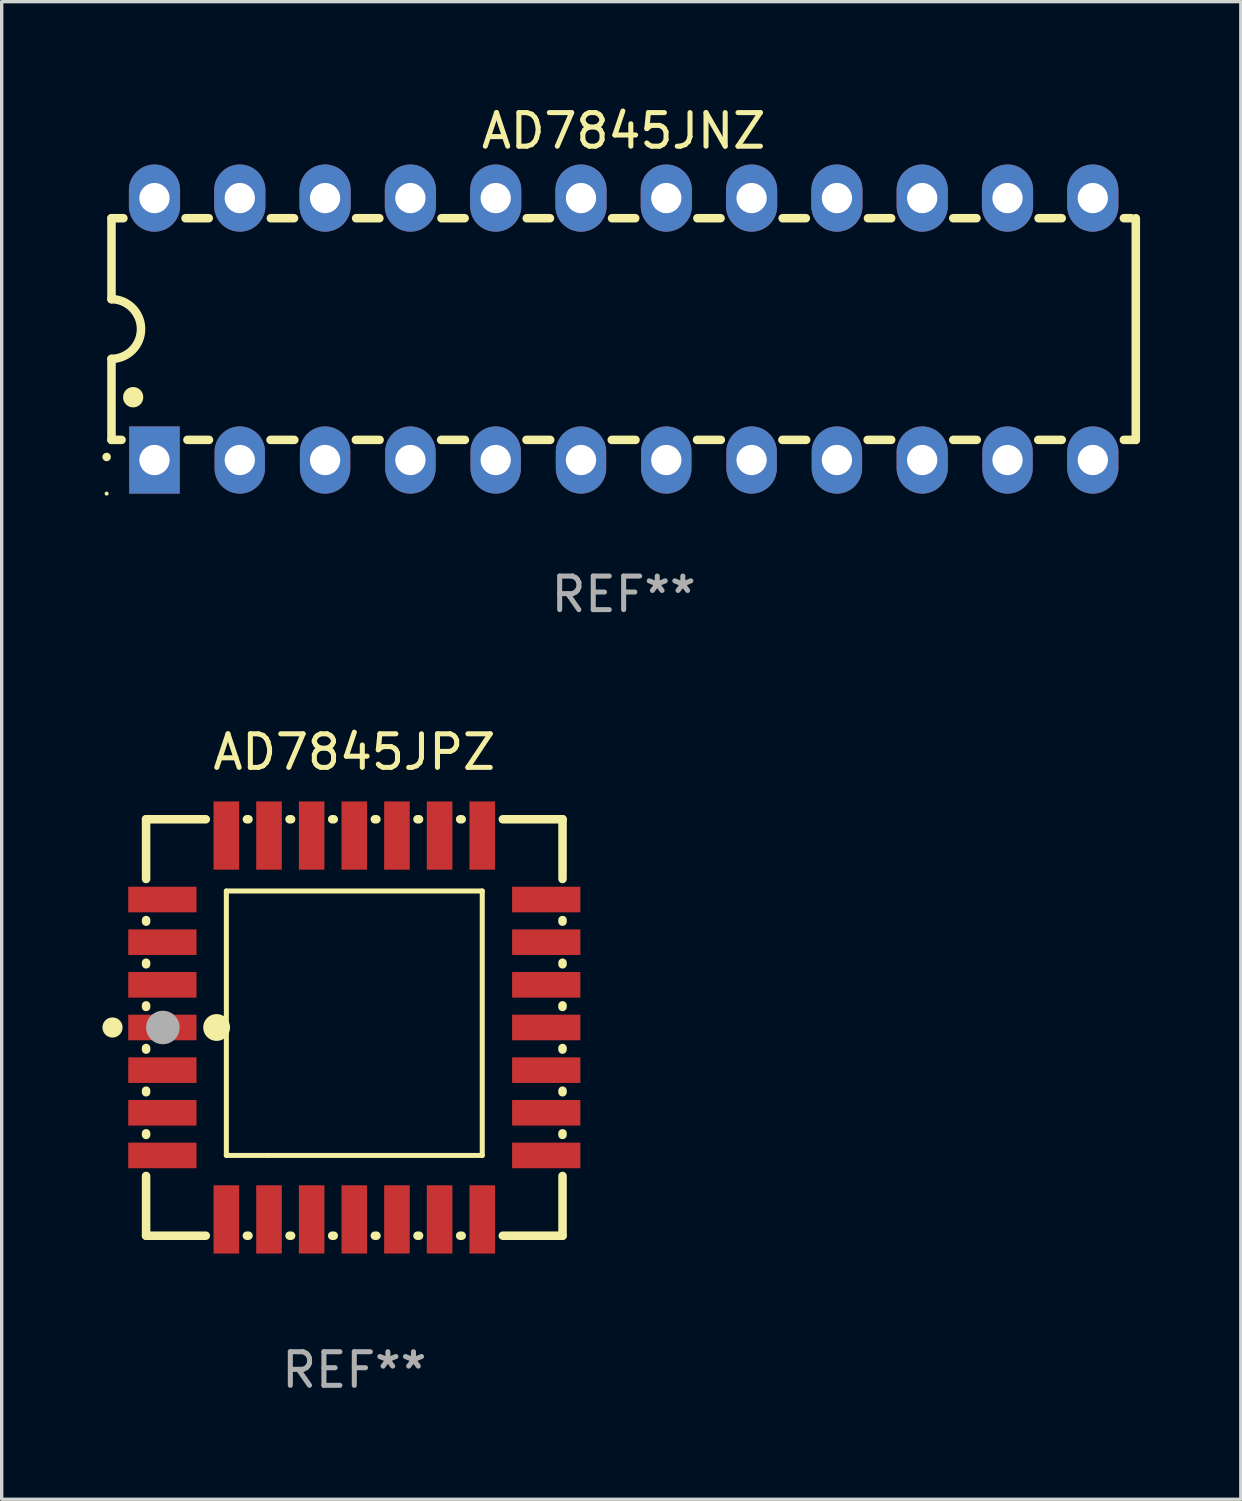
<source format=kicad_pcb>
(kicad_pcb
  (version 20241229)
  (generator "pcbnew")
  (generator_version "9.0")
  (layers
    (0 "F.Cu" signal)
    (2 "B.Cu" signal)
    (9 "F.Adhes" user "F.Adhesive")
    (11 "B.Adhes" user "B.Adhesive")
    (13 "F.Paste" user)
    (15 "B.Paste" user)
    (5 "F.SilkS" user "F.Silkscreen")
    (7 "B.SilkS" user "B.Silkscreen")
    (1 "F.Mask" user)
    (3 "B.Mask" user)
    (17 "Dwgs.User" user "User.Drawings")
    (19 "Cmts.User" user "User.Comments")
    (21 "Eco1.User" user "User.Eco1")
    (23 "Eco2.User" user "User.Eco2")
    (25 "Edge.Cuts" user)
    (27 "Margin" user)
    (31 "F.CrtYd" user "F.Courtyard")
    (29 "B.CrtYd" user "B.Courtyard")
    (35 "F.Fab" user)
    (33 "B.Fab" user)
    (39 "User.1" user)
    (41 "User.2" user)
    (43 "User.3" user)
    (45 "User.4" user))
  (footprint "AD7845JPZ"
    (layer "F.Cu")
    (at 7.5 27.545)
    (property "Reference" "AD7845JPZ" (at 0 -8.2 0) (layer "F.SilkS") (effects (font (size 1 1) (thickness 0.15))))
    (attr through_hole)
    (fp_line (start -6.2 -6.2) (end -4.422 -6.2) (stroke (width 0.254) (type solid)) (layer "F.SilkS"))
    (fp_line (start -6.2 -4.422) (end -6.2 -6.2) (stroke (width 0.254) (type solid)) (layer "F.SilkS"))
    (fp_line (start -6.2 -3.152) (end -6.2 -3.198) (stroke (width 0.254) (type solid)) (layer "F.SilkS"))
    (fp_line (start -6.2 -1.882) (end -6.2 -1.928) (stroke (width 0.254) (type solid)) (layer "F.SilkS"))
    (fp_line (start -6.2 -0.612) (end -6.2 -0.658) (stroke (width 0.254) (type solid)) (layer "F.SilkS"))
    (fp_line (start -6.2 0.658) (end -6.2 0.612) (stroke (width 0.254) (type solid)) (layer "F.SilkS"))
    (fp_line (start -6.2 1.928) (end -6.2 1.882) (stroke (width 0.254) (type solid)) (layer "F.SilkS"))
    (fp_line (start -6.2 3.198) (end -6.2 3.152) (stroke (width 0.254) (type solid)) (layer "F.SilkS"))
    (fp_line (start -6.2 6.2) (end -6.2 4.422) (stroke (width 0.254) (type solid)) (layer "F.SilkS"))
    (fp_line (start -4.422 6.2) (end -6.2 6.2) (stroke (width 0.254) (type solid)) (layer "F.SilkS"))
    (fp_line (start -3.81 -4.064) (end 3.81 -4.064) (stroke (width 0.15) (type solid)) (layer "F.SilkS"))
    (fp_line (start -3.81 3.81) (end -3.81 -4.064) (stroke (width 0.15) (type solid)) (layer "F.SilkS"))
    (fp_line (start -3.198 -6.2) (end -3.152 -6.2) (stroke (width 0.254) (type solid)) (layer "F.SilkS"))
    (fp_line (start -3.152 6.2) (end -3.198 6.2) (stroke (width 0.254) (type solid)) (layer "F.SilkS"))
    (fp_line (start -2.54 3.81) (end -3.81 3.81) (stroke (width 0.15) (type solid)) (layer "F.SilkS"))
    (fp_line (start -1.928 -6.2) (end -1.882 -6.2) (stroke (width 0.254) (type solid)) (layer "F.SilkS"))
    (fp_line (start -1.882 6.2) (end -1.928 6.2) (stroke (width 0.254) (type solid)) (layer "F.SilkS"))
    (fp_line (start -0.658 -6.2) (end -0.612 -6.2) (stroke (width 0.254) (type solid)) (layer "F.SilkS"))
    (fp_line (start -0.612 6.2) (end -0.658 6.2) (stroke (width 0.254) (type solid)) (layer "F.SilkS"))
    (fp_line (start 0.612 -6.2) (end 0.658 -6.2) (stroke (width 0.254) (type solid)) (layer "F.SilkS"))
    (fp_line (start 0.658 6.2) (end 0.612 6.2) (stroke (width 0.254) (type solid)) (layer "F.SilkS"))
    (fp_line (start 1.882 -6.2) (end 1.928 -6.2) (stroke (width 0.254) (type solid)) (layer "F.SilkS"))
    (fp_line (start 1.928 6.2) (end 1.882 6.2) (stroke (width 0.254) (type solid)) (layer "F.SilkS"))
    (fp_line (start 3.152 -6.2) (end 3.198 -6.2) (stroke (width 0.254) (type solid)) (layer "F.SilkS"))
    (fp_line (start 3.198 6.2) (end 3.152 6.2) (stroke (width 0.254) (type solid)) (layer "F.SilkS"))
    (fp_line (start 3.81 -4.064) (end 3.81 3.81) (stroke (width 0.15) (type solid)) (layer "F.SilkS"))
    (fp_line (start 3.81 3.81) (end -2.54 3.81) (stroke (width 0.15) (type solid)) (layer "F.SilkS"))
    (fp_line (start 4.422 -6.2) (end 6.2 -6.2) (stroke (width 0.254) (type solid)) (layer "F.SilkS"))
    (fp_line (start 6.2 -6.2) (end 6.2 -4.422) (stroke (width 0.254) (type solid)) (layer "F.SilkS"))
    (fp_line (start 6.2 -3.198) (end 6.2 -3.152) (stroke (width 0.254) (type solid)) (layer "F.SilkS"))
    (fp_line (start 6.2 -1.928) (end 6.2 -1.882) (stroke (width 0.254) (type solid)) (layer "F.SilkS"))
    (fp_line (start 6.2 -0.658) (end 6.2 -0.612) (stroke (width 0.254) (type solid)) (layer "F.SilkS"))
    (fp_line (start 6.2 0.612) (end 6.2 0.658) (stroke (width 0.254) (type solid)) (layer "F.SilkS"))
    (fp_line (start 6.2 1.882) (end 6.2 1.928) (stroke (width 0.254) (type solid)) (layer "F.SilkS"))
    (fp_line (start 6.2 3.152) (end 6.2 3.198) (stroke (width 0.254) (type solid)) (layer "F.SilkS"))
    (fp_line (start 6.2 4.422) (end 6.2 6.2) (stroke (width 0.254) (type solid)) (layer "F.SilkS"))
    (fp_line (start 6.2 6.2) (end 4.422 6.2) (stroke (width 0.254) (type solid)) (layer "F.SilkS"))
    (fp_circle (center -7.2 0) (end -7.05 0) (stroke (width 0.3) (type solid)) (fill no) (layer "F.SilkS"))
    (fp_circle (center -6.223 6.223) (end -6.193 6.223) (stroke (width 0.06) (type solid)) (fill no) (layer "F.SilkS"))
    (fp_circle (center -4.1 0) (end -3.9 0) (stroke (width 0.4) (type solid)) (fill no) (layer "F.SilkS"))
    (fp_circle (center -5.7 0) (end -5.45 0) (stroke (width 0.5) (type solid)) (fill no) (layer "F.Fab"))
    (fp_text user "REF**" (at 0 10.2 0) (layer "F.Fab") (effects (font (size 1 1) (thickness 0.15))))
    (pad "1" smd rect (at -5.715 0) (size 2.032 0.762) (layers "F.Cu" "F.Mask" "F.Paste"))
    (pad "2" smd rect (at -5.715 1.27) (size 2.032 0.762) (layers "F.Cu" "F.Mask" "F.Paste"))
    (pad "3" smd rect (at -5.715 2.54) (size 2.032 0.762) (layers "F.Cu" "F.Mask" "F.Paste"))
    (pad "4" smd rect (at -5.715 3.81) (size 2.032 0.762) (layers "F.Cu" "F.Mask" "F.Paste"))
    (pad "5" smd rect (at -3.81 5.715) (size 0.762 2.032) (layers "F.Cu" "F.Mask" "F.Paste"))
    (pad "6" smd rect (at -2.54 5.715) (size 0.762 2.032) (layers "F.Cu" "F.Mask" "F.Paste"))
    (pad "7" smd rect (at -1.27 5.715) (size 0.762 2.032) (layers "F.Cu" "F.Mask" "F.Paste"))
    (pad "8" smd rect (at 0 5.715) (size 0.762 2.032) (layers "F.Cu" "F.Mask" "F.Paste"))
    (pad "9" smd rect (at 1.27 5.715) (size 0.762 2.032) (layers "F.Cu" "F.Mask" "F.Paste"))
    (pad "10" smd rect (at 2.54 5.715) (size 0.762 2.032) (layers "F.Cu" "F.Mask" "F.Paste"))
    (pad "11" smd rect (at 3.81 5.715) (size 0.762 2.032) (layers "F.Cu" "F.Mask" "F.Paste"))
    (pad "12" smd rect (at 5.715 3.81) (size 2.032 0.762) (layers "F.Cu" "F.Mask" "F.Paste"))
    (pad "13" smd rect (at 5.715 2.54) (size 2.032 0.762) (layers "F.Cu" "F.Mask" "F.Paste"))
    (pad "14" smd rect (at 5.715 1.27) (size 2.032 0.762) (layers "F.Cu" "F.Mask" "F.Paste"))
    (pad "15" smd rect (at 5.715 0) (size 2.032 0.762) (layers "F.Cu" "F.Mask" "F.Paste"))
    (pad "16" smd rect (at 5.715 -1.27) (size 2.032 0.762) (layers "F.Cu" "F.Mask" "F.Paste"))
    (pad "17" smd rect (at 5.715 -2.54) (size 2.032 0.762) (layers "F.Cu" "F.Mask" "F.Paste"))
    (pad "18" smd rect (at 5.715 -3.81) (size 2.032 0.762) (layers "F.Cu" "F.Mask" "F.Paste"))
    (pad "19" smd rect (at 3.81 -5.715) (size 0.762 2.032) (layers "F.Cu" "F.Mask" "F.Paste"))
    (pad "20" smd rect (at 2.54 -5.715) (size 0.762 2.032) (layers "F.Cu" "F.Mask" "F.Paste"))
    (pad "21" smd rect (at 1.27 -5.715) (size 0.762 2.032) (layers "F.Cu" "F.Mask" "F.Paste"))
    (pad "22" smd rect (at 0 -5.715) (size 0.762 2.032) (layers "F.Cu" "F.Mask" "F.Paste"))
    (pad "23" smd rect (at -1.27 -5.715) (size 0.762 2.032) (layers "F.Cu" "F.Mask" "F.Paste"))
    (pad "24" smd rect (at -2.54 -5.715) (size 0.762 2.032) (layers "F.Cu" "F.Mask" "F.Paste"))
    (pad "25" smd rect (at -3.81 -5.715) (size 0.762 2.032) (layers "F.Cu" "F.Mask" "F.Paste"))
    (pad "26" smd rect (at -5.715 -3.81) (size 2.032 0.762) (layers "F.Cu" "F.Mask" "F.Paste"))
    (pad "27" smd rect (at -5.715 -2.54) (size 2.032 0.762) (layers "F.Cu" "F.Mask" "F.Paste"))
    (pad "28" smd rect (at -5.715 -1.27) (size 2.032 0.762) (layers "F.Cu" "F.Mask" "F.Paste")))
  (footprint "AD7845JNZ"
    (layer "F.Cu")
    (at 15.52 6.748)
    (property "Reference" "AD7845JNZ" (at 0 -5.9 0) (layer "F.SilkS") (effects (font (size 1 1) (thickness 0.15))))
    (attr through_hole)
    (fp_line (start -15.25 -3.3) (end -15.25 -0.889) (stroke (width 0.254) (type solid)) (layer "F.SilkS"))
    (fp_line (start -15.25 -3.3) (end -14.895 -3.3) (stroke (width 0.254) (type solid)) (layer "F.SilkS"))
    (fp_line (start -15.25 3.3) (end -15.25 0.889) (stroke (width 0.254) (type solid)) (layer "F.SilkS"))
    (fp_line (start -15.25 3.3) (end -14.951 3.3) (stroke (width 0.254) (type solid)) (layer "F.SilkS"))
    (fp_line (start -13.045 -3.3) (end -12.355 -3.3) (stroke (width 0.254) (type solid)) (layer "F.SilkS"))
    (fp_line (start -12.989 3.3) (end -12.347 3.3) (stroke (width 0.254) (type solid)) (layer "F.SilkS"))
    (fp_line (start -10.514 3.3) (end -9.807 3.3) (stroke (width 0.254) (type solid)) (layer "F.SilkS"))
    (fp_line (start -10.505 -3.3) (end -9.815 -3.3) (stroke (width 0.254) (type solid)) (layer "F.SilkS"))
    (fp_line (start -7.974 3.3) (end -7.267 3.3) (stroke (width 0.254) (type solid)) (layer "F.SilkS"))
    (fp_line (start -7.965 -3.3) (end -7.275 -3.3) (stroke (width 0.254) (type solid)) (layer "F.SilkS"))
    (fp_line (start -5.434 3.3) (end -4.727 3.3) (stroke (width 0.254) (type solid)) (layer "F.SilkS"))
    (fp_line (start -5.425 -3.3) (end -4.735 -3.3) (stroke (width 0.254) (type solid)) (layer "F.SilkS"))
    (fp_line (start -2.894 3.3) (end -2.187 3.3) (stroke (width 0.254) (type solid)) (layer "F.SilkS"))
    (fp_line (start -2.885 -3.3) (end -2.195 -3.3) (stroke (width 0.254) (type solid)) (layer "F.SilkS"))
    (fp_line (start -0.354 3.3) (end 0.353 3.3) (stroke (width 0.254) (type solid)) (layer "F.SilkS"))
    (fp_line (start -0.345 -3.3) (end 0.345 -3.3) (stroke (width 0.254) (type solid)) (layer "F.SilkS"))
    (fp_line (start 2.186 3.3) (end 2.893 3.3) (stroke (width 0.254) (type solid)) (layer "F.SilkS"))
    (fp_line (start 2.195 -3.3) (end 2.885 -3.3) (stroke (width 0.254) (type solid)) (layer "F.SilkS"))
    (fp_line (start 4.726 3.3) (end 5.434 3.3) (stroke (width 0.254) (type solid)) (layer "F.SilkS"))
    (fp_line (start 4.735 -3.3) (end 5.425 -3.3) (stroke (width 0.254) (type solid)) (layer "F.SilkS"))
    (fp_line (start 7.266 3.3) (end 7.965 3.3) (stroke (width 0.254) (type solid)) (layer "F.SilkS"))
    (fp_line (start 7.275 -3.3) (end 7.965 -3.3) (stroke (width 0.254) (type solid)) (layer "F.SilkS"))
    (fp_line (start 9.815 -3.3) (end 10.505 -3.3) (stroke (width 0.254) (type solid)) (layer "F.SilkS"))
    (fp_line (start 9.815 3.3) (end 10.514 3.3) (stroke (width 0.254) (type solid)) (layer "F.SilkS"))
    (fp_line (start 12.346 3.3) (end 13.045 3.3) (stroke (width 0.254) (type solid)) (layer "F.SilkS"))
    (fp_line (start 12.355 -3.3) (end 13.045 -3.3) (stroke (width 0.254) (type solid)) (layer "F.SilkS"))
    (fp_line (start 14.895 -3.3) (end 15.113 -3.3) (stroke (width 0.254) (type solid)) (layer "F.SilkS"))
    (fp_line (start 14.895 3.3) (end 15.25 3.3) (stroke (width 0.254) (type solid)) (layer "F.SilkS"))
    (fp_line (start 15.25 -3.3) (end 15.25 3.3) (stroke (width 0.254) (type solid)) (layer "F.SilkS"))
    (fp_arc (start -15.394971 3.810033) (mid -15.394978 3.808763) (end -15.394971 3.807493) (stroke (width 0.25) (type solid)) (layer "F.SilkS"))
    (fp_arc (start -15.251053 -0.890146) (mid -14.361467 -0.001067) (end -15.250038 0.889027) (stroke (width 0.254001) (type solid)) (layer "F.SilkS"))
    (fp_arc (start -14.605029 2.032029) (mid -14.60504 2.029489) (end -14.605029 2.026949) (stroke (width 0.6) (type solid)) (layer "F.SilkS"))
    (fp_circle (center -15.395 4.9) (end -15.365 4.9) (stroke (width 0.06) (type solid)) (fill no) (layer "F.SilkS"))
    (fp_text user "REF**" (at 0 7.9 0) (layer "F.Fab") (effects (font (size 1 1) (thickness 0.15))))
    (pad "1" thru_hole rect (at -13.97 3.9 90) (size 2 1.5) (drill 0.9) (layers "*.Cu" "*.Mask"))
    (pad "2" thru_hole oval (at -11.43 3.9 90) (size 2 1.5) (drill 0.9) (layers "*.Cu" "*.Mask"))
    (pad "3" thru_hole oval (at -8.89 3.9 90) (size 2 1.5) (drill 0.9) (layers "*.Cu" "*.Mask"))
    (pad "4" thru_hole oval (at -6.35 3.9 90) (size 2 1.5) (drill 0.9) (layers "*.Cu" "*.Mask"))
    (pad "5" thru_hole oval (at -3.81 3.9 90) (size 2 1.5) (drill 0.9) (layers "*.Cu" "*.Mask"))
    (pad "6" thru_hole oval (at -1.27 3.9 90) (size 2 1.5) (drill 0.9) (layers "*.Cu" "*.Mask"))
    (pad "7" thru_hole oval (at 1.27 3.9 90) (size 2 1.5) (drill 0.9) (layers "*.Cu" "*.Mask"))
    (pad "8" thru_hole oval (at 3.81 3.9 90) (size 2 1.5) (drill 0.9) (layers "*.Cu" "*.Mask"))
    (pad "9" thru_hole oval (at 6.35 3.9 90) (size 2 1.5) (drill 0.9) (layers "*.Cu" "*.Mask"))
    (pad "10" thru_hole oval (at 8.89 3.9 90) (size 2 1.524) (drill 0.9) (layers "*.Cu" "*.Mask"))
    (pad "11" thru_hole oval (at 11.43 3.9 90) (size 2 1.5) (drill 0.9) (layers "*.Cu" "*.Mask"))
    (pad "12" thru_hole oval (at 13.97 3.9 90) (size 2 1.524) (drill 0.9) (layers "*.Cu" "*.Mask"))
    (pad "13" thru_hole oval (at 13.97 -3.9 90) (size 2 1.524) (drill 0.9) (layers "*.Cu" "*.Mask"))
    (pad "14" thru_hole oval (at 11.43 -3.9 90) (size 2 1.524) (drill 0.9) (layers "*.Cu" "*.Mask"))
    (pad "15" thru_hole oval (at 8.89 -3.9 90) (size 2 1.524) (drill 0.9) (layers "*.Cu" "*.Mask"))
    (pad "16" thru_hole oval (at 6.35 -3.9 90) (size 2 1.524) (drill 0.9) (layers "*.Cu" "*.Mask"))
    (pad "17" thru_hole oval (at 3.81 -3.9 90) (size 2 1.524) (drill 0.9) (layers "*.Cu" "*.Mask"))
    (pad "18" thru_hole oval (at 1.27 -3.9 90) (size 2 1.524) (drill 0.9) (layers "*.Cu" "*.Mask"))
    (pad "19" thru_hole oval (at -1.27 -3.9 90) (size 2 1.524) (drill 0.9) (layers "*.Cu" "*.Mask"))
    (pad "20" thru_hole oval (at -3.81 -3.9 90) (size 2 1.524) (drill 0.9) (layers "*.Cu" "*.Mask"))
    (pad "21" thru_hole oval (at -6.35 -3.9 90) (size 2 1.524) (drill 0.9) (layers "*.Cu" "*.Mask"))
    (pad "22" thru_hole oval (at -8.89 -3.9 90) (size 2 1.524) (drill 0.9) (layers "*.Cu" "*.Mask"))
    (pad "23" thru_hole oval (at -11.43 -3.9 90) (size 2 1.524) (drill 0.9) (layers "*.Cu" "*.Mask"))
    (pad "24" thru_hole oval (at -13.97 -3.9 90) (size 2 1.524) (drill 0.9) (layers "*.Cu" "*.Mask")))
  (gr_rect
    (start -3 -3)
    (end 33.897 41.593)
    (stroke (width 0.1) (type default))
    (fill no)
    (layer "Edge.Cuts")))
</source>
